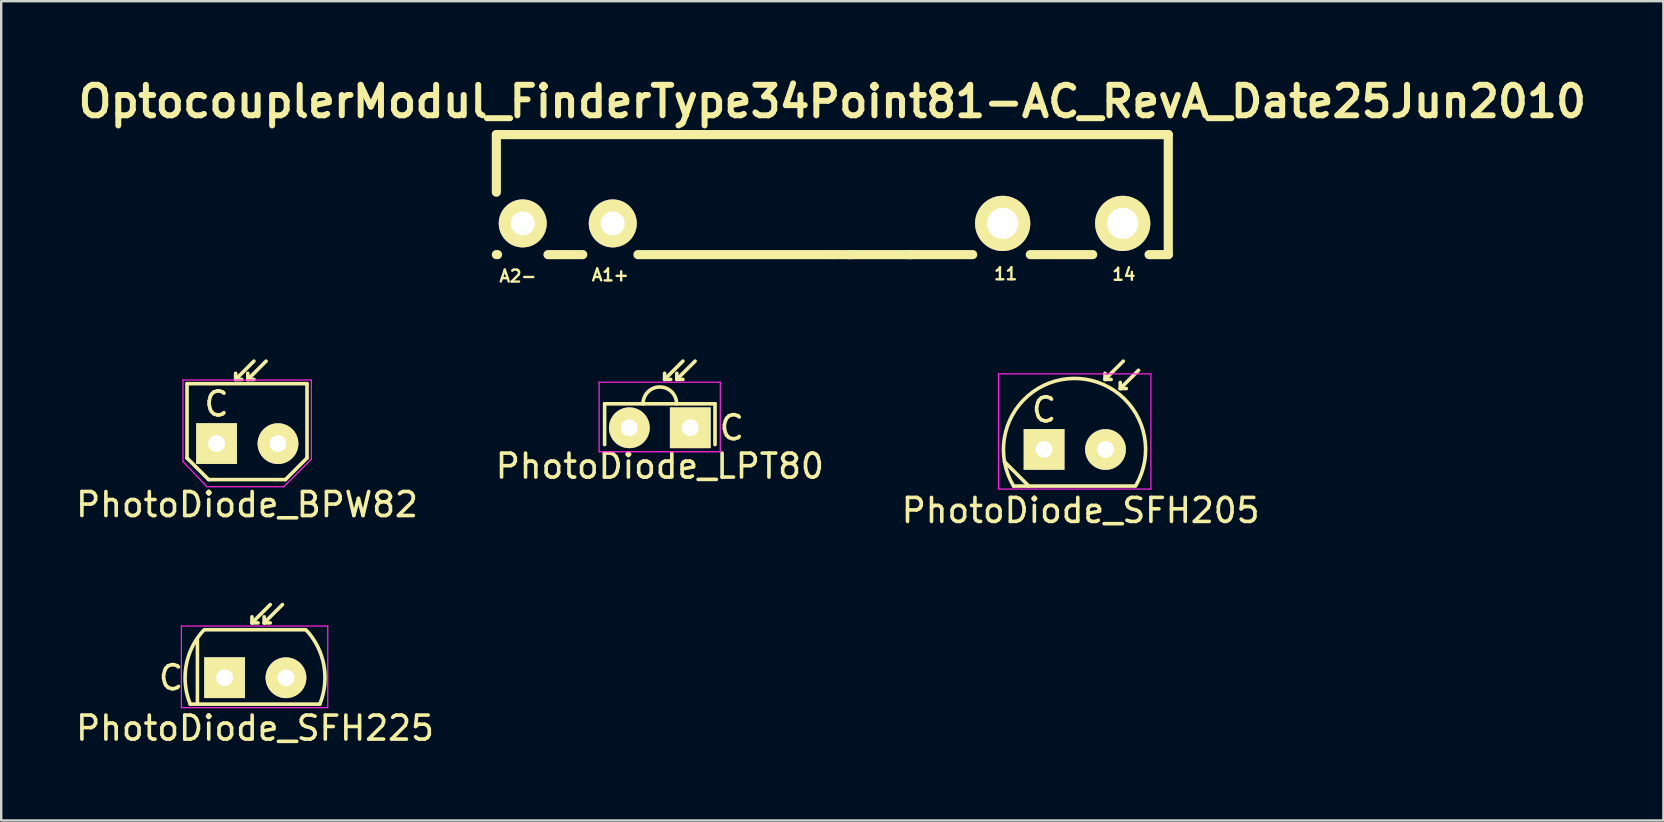
<source format=kicad_pcb>
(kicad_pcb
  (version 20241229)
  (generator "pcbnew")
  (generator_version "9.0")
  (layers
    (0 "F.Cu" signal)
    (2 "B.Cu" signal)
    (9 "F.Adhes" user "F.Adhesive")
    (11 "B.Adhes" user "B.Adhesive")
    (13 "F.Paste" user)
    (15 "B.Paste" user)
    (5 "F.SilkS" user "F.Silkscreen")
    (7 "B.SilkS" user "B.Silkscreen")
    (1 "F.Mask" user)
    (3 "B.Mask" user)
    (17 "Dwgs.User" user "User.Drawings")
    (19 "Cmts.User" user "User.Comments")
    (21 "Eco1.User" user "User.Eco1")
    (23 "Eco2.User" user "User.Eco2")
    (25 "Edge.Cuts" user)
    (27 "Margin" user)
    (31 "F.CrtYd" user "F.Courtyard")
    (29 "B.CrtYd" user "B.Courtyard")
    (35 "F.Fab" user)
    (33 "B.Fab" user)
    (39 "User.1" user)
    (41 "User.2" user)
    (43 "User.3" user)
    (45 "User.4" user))
  (footprint "PhotoDiode_SFH205"
    (layer "F.Cu")
    (at 40.459 15.679)
    (property "Reference" "PhotoDiode_SFH205" (at 1.523 2.543 0) (layer "F.SilkS") (effects (font (size 1 1) (thickness 0.15))))
    (attr through_hole)
    (fp_line (start -1.652 0.511) (end -0.636 1.527) (stroke (width 0.15) (type solid)) (layer "F.SilkS"))
    (fp_line (start -1.271 1.527) (end 3.809 1.527) (stroke (width 0.15) (type solid)) (layer "F.SilkS"))
    (fp_line (start 2.539 -2.918) (end 2.539 -3.172) (stroke (width 0.15) (type solid)) (layer "F.SilkS"))
    (fp_line (start 2.539 -2.918) (end 2.793 -2.918) (stroke (width 0.15) (type solid)) (layer "F.SilkS"))
    (fp_line (start 3.174 -2.537) (end 3.174 -2.791) (stroke (width 0.15) (type solid)) (layer "F.SilkS"))
    (fp_line (start 3.174 -2.537) (end 3.428 -2.537) (stroke (width 0.15) (type solid)) (layer "F.SilkS"))
    (fp_line (start 3.301 -3.68) (end 2.539 -2.918) (stroke (width 0.15) (type solid)) (layer "F.SilkS"))
    (fp_line (start 3.936 -3.299) (end 3.174 -2.537) (stroke (width 0.15) (type solid)) (layer "F.SilkS"))
    (fp_arc (start -1.27052 1.52654) (mid 1.232581 -2.959354) (end 3.846658 1.46279) (stroke (width 0.15) (type solid)) (layer "F.SilkS"))
    (fp_line (start -1.9 -3.15) (end -1.9 1.65) (stroke (width 0.05) (type solid)) (layer "F.CrtYd"))
    (fp_line (start -1.9 1.65) (end 4.45 1.65) (stroke (width 0.05) (type solid)) (layer "F.CrtYd"))
    (fp_line (start 4.45 -3.15) (end -1.9 -3.15) (stroke (width 0.05) (type solid)) (layer "F.CrtYd"))
    (fp_line (start 4.45 1.65) (end 4.45 -3.15) (stroke (width 0.05) (type solid)) (layer "F.CrtYd"))
    (fp_text user "C" (at -0.001 -1.648 0) (layer "F.SilkS") (effects (font (size 1 1) (thickness 0.15))))
    (pad "1" thru_hole rect (at 0 0 180) (size 1.699 1.699) (drill 0.701) (layers "*.Cu" "*.Mask" "F.SilkS"))
    (pad "2" thru_hole circle (at 2.559 0.003 180) (size 1.699 1.699) (drill 0.701) (layers "*.Cu" "*.Mask" "F.SilkS")))
  (footprint "PhotoDiode_BPW82"
    (layer "F.Cu")
    (at 5.974 15.434)
    (property "Reference" "PhotoDiode_BPW82" (at 1.27 2.543 0) (layer "F.SilkS") (effects (font (size 1 1) (thickness 0.15))))
    (attr through_hole)
    (fp_line (start -1.23 -2.497) (end -1.23 0.603) (stroke (width 0.15) (type solid)) (layer "F.SilkS"))
    (fp_line (start -1.23 -2.497) (end 3.77 -2.497) (stroke (width 0.15) (type solid)) (layer "F.SilkS"))
    (fp_line (start -1.23 0.603) (end -0.33 1.503) (stroke (width 0.15) (type solid)) (layer "F.SilkS"))
    (fp_line (start -0.33 1.503) (end 2.87 1.503) (stroke (width 0.15) (type solid)) (layer "F.SilkS"))
    (fp_line (start 0.796 -2.673) (end 0.796 -2.927) (stroke (width 0.15) (type solid)) (layer "F.SilkS"))
    (fp_line (start 0.796 -2.673) (end 1.05 -2.673) (stroke (width 0.15) (type solid)) (layer "F.SilkS"))
    (fp_line (start 1.304 -2.673) (end 1.304 -2.927) (stroke (width 0.15) (type solid)) (layer "F.SilkS"))
    (fp_line (start 1.304 -2.673) (end 1.558 -2.673) (stroke (width 0.15) (type solid)) (layer "F.SilkS"))
    (fp_line (start 1.558 -3.435) (end 0.796 -2.673) (stroke (width 0.15) (type solid)) (layer "F.SilkS"))
    (fp_line (start 2.066 -3.435) (end 1.304 -2.673) (stroke (width 0.15) (type solid)) (layer "F.SilkS"))
    (fp_line (start 3.77 -2.497) (end 3.77 0.603) (stroke (width 0.15) (type solid)) (layer "F.SilkS"))
    (fp_line (start 3.77 0.603) (end 2.87 1.503) (stroke (width 0.15) (type solid)) (layer "F.SilkS"))
    (fp_line (start -1.4 -2.65) (end 3.95 -2.65) (stroke (width 0.05) (type solid)) (layer "F.CrtYd"))
    (fp_line (start -1.4 0.75) (end -1.4 -2.65) (stroke (width 0.05) (type solid)) (layer "F.CrtYd"))
    (fp_line (start -0.4 1.8) (end -1.4 0.75) (stroke (width 0.05) (type solid)) (layer "F.CrtYd"))
    (fp_line (start 2.8 1.8) (end -0.4 1.8) (stroke (width 0.05) (type solid)) (layer "F.CrtYd"))
    (fp_line (start 3.95 -2.65) (end 3.95 0.65) (stroke (width 0.05) (type solid)) (layer "F.CrtYd"))
    (fp_line (start 3.95 0.65) (end 2.8 1.8) (stroke (width 0.05) (type solid)) (layer "F.CrtYd"))
    (fp_text user "C" (at 0 -1.648 0) (layer "F.SilkS") (effects (font (size 1 1) (thickness 0.15))))
    (pad "1" thru_hole rect (at 0 0 180) (size 1.699 1.699) (drill 0.701) (layers "*.Cu" "*.Mask" "F.SilkS"))
    (pad "2" thru_hole circle (at 2.56 0.003 180) (size 1.699 1.699) (drill 0.701) (layers "*.Cu" "*.Mask" "F.SilkS")))
  (footprint "OptocouplerModul_FinderType34Point81-AC_RevA_Date25Jun2010"
    (layer "F.Cu")
    (at 31.634 6.26)
    (property "Reference" "OptocouplerModul_FinderType34Point81-AC_RevA_Date25Jun2010" (at 0 -5.08 0) (layer "F.SilkS") (effects (font (size 1.27 1.27) (thickness 0.249))))
    (attr through_hole)
    (fp_line (start -14 -3.701) (end -14 -1.3) (stroke (width 0.381) (type solid)) (layer "F.SilkS"))
    (fp_line (start -14 1.3) (end -13.95 1.3) (stroke (width 0.381) (type solid)) (layer "F.SilkS"))
    (fp_line (start -11.849 1.3) (end -10.399 1.3) (stroke (width 0.381) (type solid)) (layer "F.SilkS"))
    (fp_line (start -8.1 1.3) (end 0 1.3) (stroke (width 0.381) (type solid)) (layer "F.SilkS"))
    (fp_line (start 0 1.3) (end 0.8 1.3) (stroke (width 0.381) (type solid)) (layer "F.SilkS"))
    (fp_line (start 3.15 1.3) (end 5.85 1.3) (stroke (width 0.381) (type solid)) (layer "F.SilkS"))
    (fp_line (start 3.299 1.3) (end 0.701 1.3) (stroke (width 0.381) (type solid)) (layer "F.SilkS"))
    (fp_line (start 8.25 1.3) (end 10.851 1.3) (stroke (width 0.381) (type solid)) (layer "F.SilkS"))
    (fp_line (start 13.2 1.3) (end 14 1.3) (stroke (width 0.381) (type solid)) (layer "F.SilkS"))
    (fp_line (start 14 -3.701) (end -14 -3.701) (stroke (width 0.381) (type solid)) (layer "F.SilkS"))
    (fp_line (start 14 1.3) (end 14 -3.701) (stroke (width 0.381) (type solid)) (layer "F.SilkS"))
    (fp_text user "11" (at 7.224 2.101 0) (layer "F.SilkS") (effects (font (size 0.5 0.5) (thickness 0.099))))
    (fp_text user "A1+" (at -9.251 2.149 0) (layer "F.SilkS") (effects (font (size 0.5 0.5) (thickness 0.099))))
    (fp_text user "A2-" (at -13.101 2.197 0) (layer "F.SilkS") (effects (font (size 0.5 0.5) (thickness 0.099))))
    (fp_text user "14" (at 12.149 2.123 0) (layer "F.SilkS") (effects (font (size 0.5 0.5) (thickness 0.099))))
    (pad "11" thru_hole circle (at 7.099 0) (size 2.301 2.301) (drill 1.3) (layers "*.Cu" "*.Mask" "F.SilkS"))
    (pad "14" thru_hole circle (at 12.101 0) (size 2.301 2.301) (drill 1.3) (layers "*.Cu" "*.Mask" "F.SilkS"))
    (pad "A1" thru_hole circle (at -9.149 0) (size 1.999 1.999) (drill 1.001) (layers "*.Cu" "*.Mask" "F.SilkS"))
    (pad "A2" thru_hole circle (at -12.901 0) (size 1.999 1.999) (drill 1.001) (layers "*.Cu" "*.Mask" "F.SilkS")))
  (footprint "PhotoDiode_LPT80"
    (layer "F.Cu")
    (at 25.716 14.776)
    (property "Reference" "PhotoDiode_LPT80" (at -1.27 1.6 0) (layer "F.SilkS") (effects (font (size 1 1) (thickness 0.15))))
    (attr through_hole)
    (fp_line (start -3.57 -1) (end -3.57 0.7) (stroke (width 0.15) (type solid)) (layer "F.SilkS"))
    (fp_line (start -1.07 -2.016) (end -1.07 -2.27) (stroke (width 0.15) (type solid)) (layer "F.SilkS"))
    (fp_line (start -1.07 -2.016) (end -0.816 -2.016) (stroke (width 0.15) (type solid)) (layer "F.SilkS"))
    (fp_line (start -0.562 -2.016) (end -0.562 -2.27) (stroke (width 0.15) (type solid)) (layer "F.SilkS"))
    (fp_line (start -0.562 -2.016) (end -0.308 -2.016) (stroke (width 0.15) (type solid)) (layer "F.SilkS"))
    (fp_line (start -0.308 -2.778) (end -1.07 -2.016) (stroke (width 0.15) (type solid)) (layer "F.SilkS"))
    (fp_line (start 0.2 -2.778) (end -0.562 -2.016) (stroke (width 0.15) (type solid)) (layer "F.SilkS"))
    (fp_line (start 1.03 -1) (end -3.57 -1) (stroke (width 0.15) (type solid)) (layer "F.SilkS"))
    (fp_line (start 1.03 0.7) (end 1.03 -1) (stroke (width 0.15) (type solid)) (layer "F.SilkS"))
    (fp_arc (start -1.97 -1) (mid -1.27 -1.7) (end -0.57 -1) (stroke (width 0.15) (type solid)) (layer "F.SilkS"))
    (fp_line (start -3.8 -1.9) (end 1.25 -1.9) (stroke (width 0.05) (type solid)) (layer "F.CrtYd"))
    (fp_line (start -3.8 1) (end -3.8 -1.9) (stroke (width 0.05) (type solid)) (layer "F.CrtYd"))
    (fp_line (start 1.25 -1.9) (end 1.25 1) (stroke (width 0.05) (type solid)) (layer "F.CrtYd"))
    (fp_line (start 1.25 1) (end -3.8 1) (stroke (width 0.05) (type solid)) (layer "F.CrtYd"))
    (fp_text user "C" (at 1.73 0 0) (layer "F.SilkS") (effects (font (size 1 1) (thickness 0.15))))
    (pad "1" thru_hole rect (at 0 0 180) (size 1.699 1.699) (drill 0.701) (layers "*.Cu" "*.Mask" "F.SilkS"))
    (pad "2" thru_hole circle (at -2.54 0 180) (size 1.699 1.699) (drill 0.701) (layers "*.Cu" "*.Mask" "F.SilkS")))
  (footprint "PhotoDiode_SFH225"
    (layer "F.Cu")
    (at 6.308 25.19)
    (property "Reference" "PhotoDiode_SFH225" (at 1.269 2.103 0) (layer "F.SilkS") (effects (font (size 1 1) (thickness 0.15))))
    (attr through_hole)
    (fp_line (start -1.131 -1.597) (end -1.131 1.103) (stroke (width 0.15) (type solid)) (layer "F.SilkS"))
    (fp_line (start -0.831 -1.997) (end 3.369 -1.997) (stroke (width 0.15) (type solid)) (layer "F.SilkS"))
    (fp_line (start 1.142 -2.283) (end 1.142 -2.537) (stroke (width 0.15) (type solid)) (layer "F.SilkS"))
    (fp_line (start 1.142 -2.283) (end 1.396 -2.283) (stroke (width 0.15) (type solid)) (layer "F.SilkS"))
    (fp_line (start 1.65 -2.283) (end 1.65 -2.537) (stroke (width 0.15) (type solid)) (layer "F.SilkS"))
    (fp_line (start 1.65 -2.283) (end 1.904 -2.283) (stroke (width 0.15) (type solid)) (layer "F.SilkS"))
    (fp_line (start 1.904 -3.045) (end 1.142 -2.283) (stroke (width 0.15) (type solid)) (layer "F.SilkS"))
    (fp_line (start 2.412 -3.045) (end 1.65 -2.283) (stroke (width 0.15) (type solid)) (layer "F.SilkS"))
    (fp_line (start 3.969 1.103) (end -1.431 1.103) (stroke (width 0.15) (type solid)) (layer "F.SilkS"))
    (fp_arc (start -1.43052 1.10254) (mid -1.598706 -0.520438) (end -0.868528 -1.979611) (stroke (width 0.15) (type solid)) (layer "F.SilkS"))
    (fp_arc (start 3.407488 -1.979611) (mid 4.137667 -0.520438) (end 3.96948 1.10254) (stroke (width 0.15) (type solid)) (layer "F.SilkS"))
    (fp_line (start -1.8 -2.15) (end 4.3 -2.15) (stroke (width 0.05) (type solid)) (layer "F.CrtYd"))
    (fp_line (start -1.8 1.25) (end -1.8 -2.15) (stroke (width 0.05) (type solid)) (layer "F.CrtYd"))
    (fp_line (start 4.3 -2.15) (end 4.3 1.25) (stroke (width 0.05) (type solid)) (layer "F.CrtYd"))
    (fp_line (start 4.3 1.25) (end -1.8 1.25) (stroke (width 0.05) (type solid)) (layer "F.CrtYd"))
    (fp_text user "C" (at -2.231 0.003 0) (layer "F.SilkS") (effects (font (size 1 1) (thickness 0.15))))
    (pad "1" thru_hole rect (at 0 0 180) (size 1.699 1.699) (drill 0.701) (layers "*.Cu" "*.Mask" "F.SilkS"))
    (pad "2" thru_hole circle (at 2.559 0.003 180) (size 1.699 1.699) (drill 0.701) (layers "*.Cu" "*.Mask" "F.SilkS")))
  (gr_rect
    (start -3 -3)
    (end 66.267 31.141)
    (stroke (width 0.1) (type default))
    (fill no)
    (layer "Edge.Cuts")))
</source>
